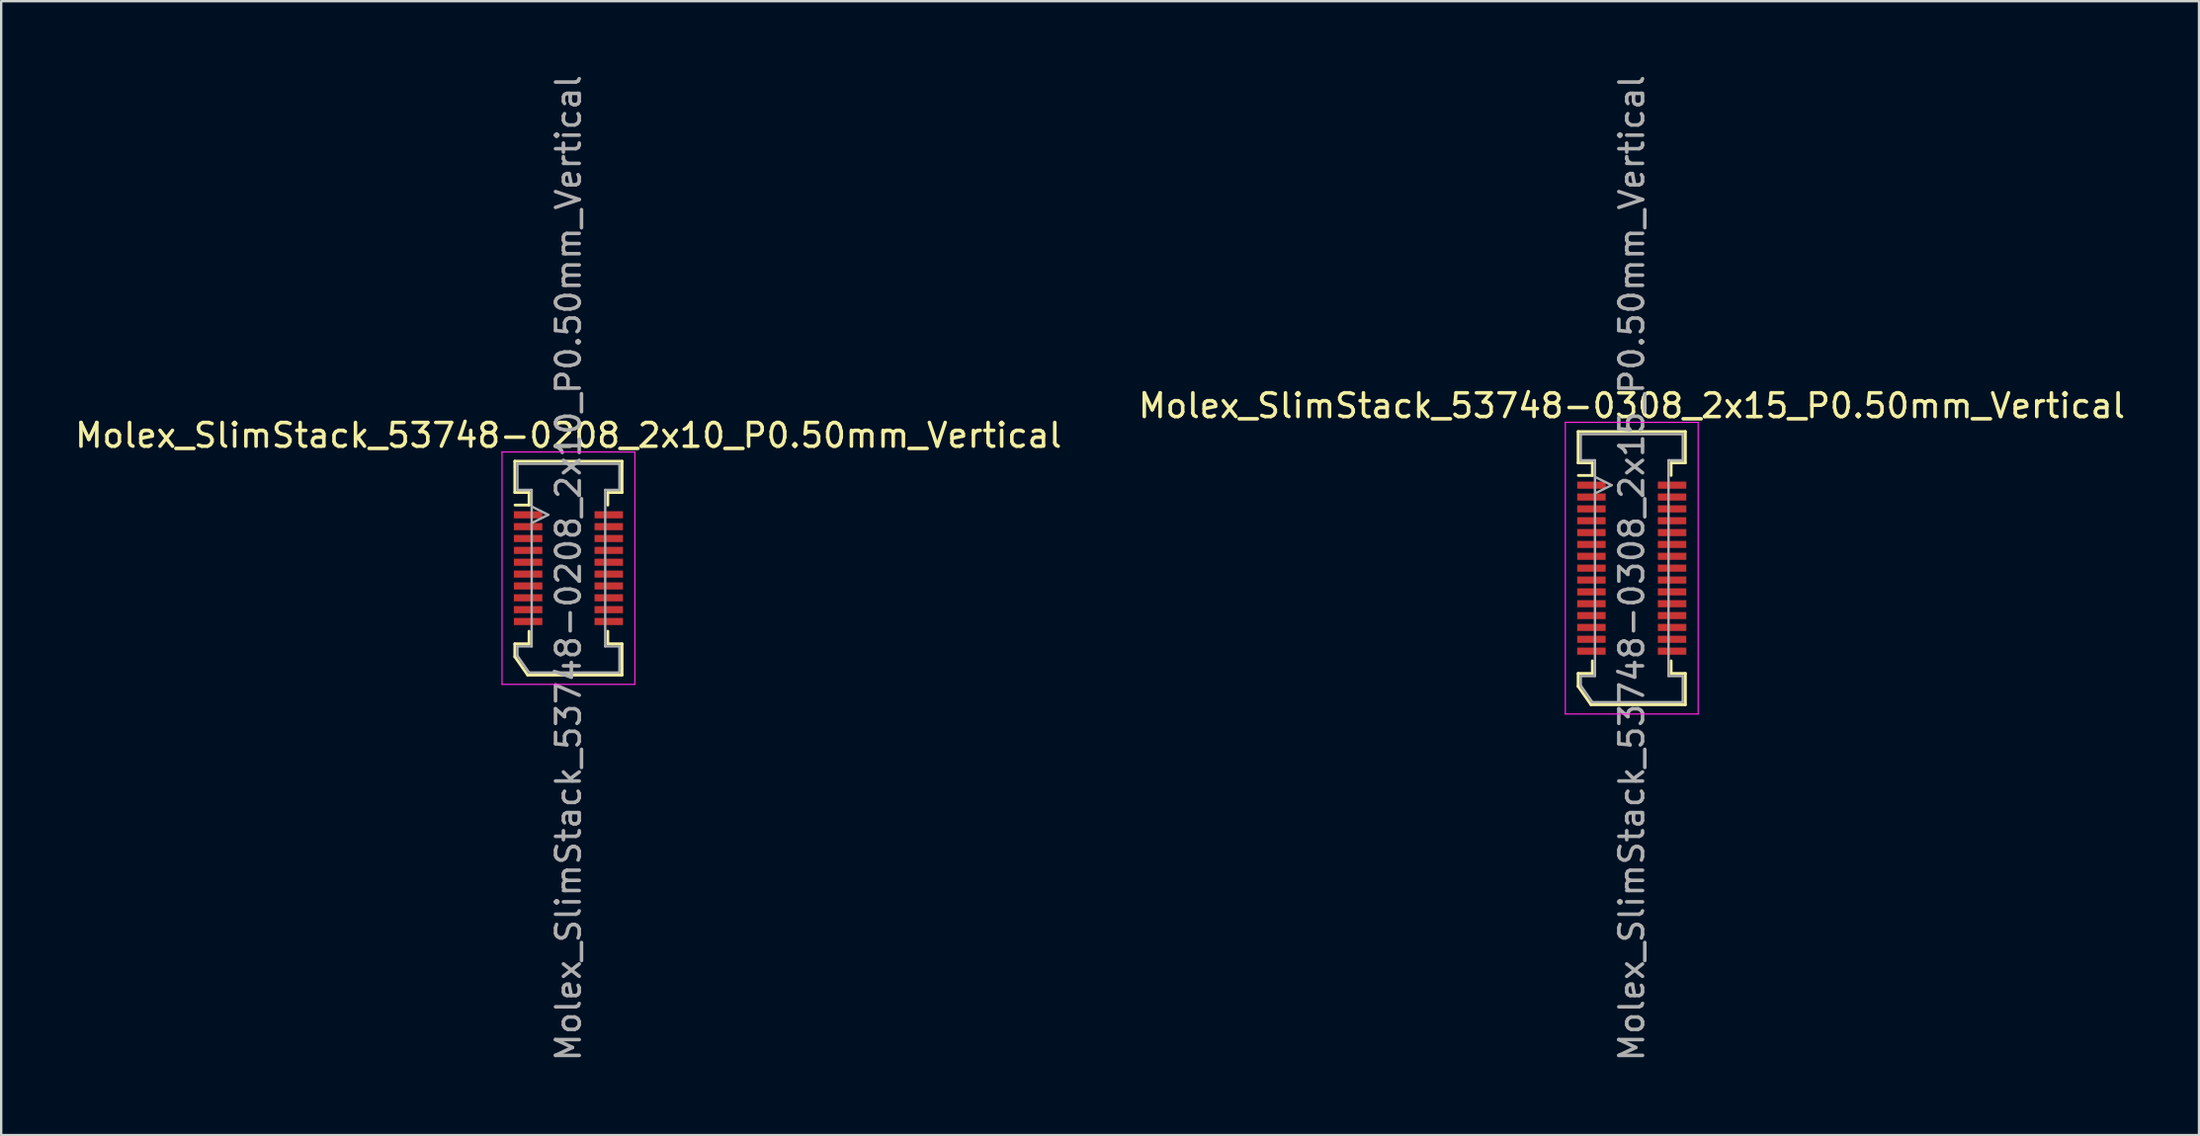
<source format=kicad_pcb>
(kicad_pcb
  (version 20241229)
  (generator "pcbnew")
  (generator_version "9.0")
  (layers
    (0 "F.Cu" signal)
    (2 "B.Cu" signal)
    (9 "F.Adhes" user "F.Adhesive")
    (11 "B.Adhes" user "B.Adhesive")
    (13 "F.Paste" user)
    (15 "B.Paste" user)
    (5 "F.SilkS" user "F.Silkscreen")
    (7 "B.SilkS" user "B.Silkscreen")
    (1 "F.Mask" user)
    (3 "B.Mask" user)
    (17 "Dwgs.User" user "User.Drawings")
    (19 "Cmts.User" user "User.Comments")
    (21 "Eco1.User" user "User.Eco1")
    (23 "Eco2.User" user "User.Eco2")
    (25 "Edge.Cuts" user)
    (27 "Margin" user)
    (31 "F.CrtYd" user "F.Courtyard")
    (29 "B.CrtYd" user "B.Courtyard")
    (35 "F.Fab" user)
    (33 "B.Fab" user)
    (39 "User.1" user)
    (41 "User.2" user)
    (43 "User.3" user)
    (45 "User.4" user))
  (footprint "Molex_SlimStack_53748-0308_2x15_P0.50mm_Vertical"
    (layer "F.Cu")
    (at 65.732 20.911)
    (property "Reference" "Molex_SlimStack_53748-0308_2x15_P0.50mm_Vertical" (at 0 -6.85 0) (layer "F.SilkS") (effects (font (size 1 1) (thickness 0.15))))
    (attr smd)
    (fp_line (start -2.26 -5.76) (end -2.26 -4.44) (stroke (width 0.12) (type solid)) (layer "F.SilkS"))
    (fp_line (start -2.26 -4.44) (end -1.66 -4.44) (stroke (width 0.12) (type solid)) (layer "F.SilkS"))
    (fp_line (start -2.26 4.44) (end -1.66 4.44) (stroke (width 0.12) (type solid)) (layer "F.SilkS"))
    (fp_line (start -2.26 4.985) (end -2.26 4.44) (stroke (width 0.12) (type solid)) (layer "F.SilkS"))
    (fp_line (start -1.717 5.76) (end -2.26 4.985) (stroke (width 0.12) (type solid)) (layer "F.SilkS"))
    (fp_line (start -1.66 -4.44) (end -1.66 -3.91) (stroke (width 0.12) (type solid)) (layer "F.SilkS"))
    (fp_line (start -1.66 -3.91) (end -2.25 -3.91) (stroke (width 0.12) (type solid)) (layer "F.SilkS"))
    (fp_line (start -1.66 4.44) (end -1.66 3.91) (stroke (width 0.12) (type solid)) (layer "F.SilkS"))
    (fp_line (start 1.66 -4.44) (end 2.26 -4.44) (stroke (width 0.12) (type solid)) (layer "F.SilkS"))
    (fp_line (start 1.66 -3.91) (end 1.66 -4.44) (stroke (width 0.12) (type solid)) (layer "F.SilkS"))
    (fp_line (start 1.66 3.91) (end 1.66 4.44) (stroke (width 0.12) (type solid)) (layer "F.SilkS"))
    (fp_line (start 1.66 4.44) (end 2.26 4.44) (stroke (width 0.12) (type solid)) (layer "F.SilkS"))
    (fp_line (start 2.26 -5.76) (end -2.26 -5.76) (stroke (width 0.12) (type solid)) (layer "F.SilkS"))
    (fp_line (start 2.26 -4.44) (end 2.26 -5.76) (stroke (width 0.12) (type solid)) (layer "F.SilkS"))
    (fp_line (start 2.26 4.44) (end 2.26 5.76) (stroke (width 0.12) (type solid)) (layer "F.SilkS"))
    (fp_line (start 2.26 5.76) (end -1.717 5.76) (stroke (width 0.12) (type solid)) (layer "F.SilkS"))
    (fp_line (start -2.8 -6.15) (end -2.8 6.15) (stroke (width 0.05) (type solid)) (layer "F.CrtYd"))
    (fp_line (start -2.8 6.15) (end 2.8 6.15) (stroke (width 0.05) (type solid)) (layer "F.CrtYd"))
    (fp_line (start 2.8 -6.15) (end -2.8 -6.15) (stroke (width 0.05) (type solid)) (layer "F.CrtYd"))
    (fp_line (start 2.8 6.15) (end 2.8 -6.15) (stroke (width 0.05) (type solid)) (layer "F.CrtYd"))
    (fp_line (start -2.15 -5.65) (end -2.15 -4.55) (stroke (width 0.1) (type solid)) (layer "F.Fab"))
    (fp_line (start -2.15 -4.55) (end -1.55 -4.55) (stroke (width 0.1) (type solid)) (layer "F.Fab"))
    (fp_line (start -2.15 4.55) (end -2.15 4.95) (stroke (width 0.1) (type solid)) (layer "F.Fab"))
    (fp_line (start -2.15 4.95) (end -1.66 5.65) (stroke (width 0.1) (type solid)) (layer "F.Fab"))
    (fp_line (start -1.66 5.65) (end 2.15 5.65) (stroke (width 0.1) (type solid)) (layer "F.Fab"))
    (fp_line (start -1.55 -4.55) (end -1.55 4.55) (stroke (width 0.1) (type solid)) (layer "F.Fab"))
    (fp_line (start -1.55 4.55) (end -2.15 4.55) (stroke (width 0.1) (type solid)) (layer "F.Fab"))
    (fp_line (start -0.85 -3.5) (end -1.55 -3.85) (stroke (width 0.1) (type solid)) (layer "F.Fab"))
    (fp_line (start -0.85 -3.5) (end -1.55 -3.15) (stroke (width 0.1) (type solid)) (layer "F.Fab"))
    (fp_line (start 1.55 -4.55) (end 2.15 -4.55) (stroke (width 0.1) (type solid)) (layer "F.Fab"))
    (fp_line (start 1.55 4.55) (end 1.55 -4.55) (stroke (width 0.1) (type solid)) (layer "F.Fab"))
    (fp_line (start 2.15 -5.65) (end -2.15 -5.65) (stroke (width 0.1) (type solid)) (layer "F.Fab"))
    (fp_line (start 2.15 -4.55) (end 2.15 -5.65) (stroke (width 0.1) (type solid)) (layer "F.Fab"))
    (fp_line (start 2.15 4.55) (end 1.55 4.55) (stroke (width 0.1) (type solid)) (layer "F.Fab"))
    (fp_line (start 2.15 5.65) (end 2.15 4.55) (stroke (width 0.1) (type solid)) (layer "F.Fab"))
    (fp_text user "${REFERENCE}" (at 0 0 90) (layer "F.Fab") (effects (font (size 1 1) (thickness 0.15))))
    (pad "1" smd rect (at -1.7 -3.5) (size 1.2 0.3) (layers "F.Cu" "F.Mask" "F.Paste"))
    (pad "2" smd rect (at 1.7 -3.5) (size 1.2 0.3) (layers "F.Cu" "F.Mask" "F.Paste"))
    (pad "3" smd rect (at -1.7 -3) (size 1.2 0.3) (layers "F.Cu" "F.Mask" "F.Paste"))
    (pad "4" smd rect (at 1.7 -3) (size 1.2 0.3) (layers "F.Cu" "F.Mask" "F.Paste"))
    (pad "5" smd rect (at -1.7 -2.5) (size 1.2 0.3) (layers "F.Cu" "F.Mask" "F.Paste"))
    (pad "6" smd rect (at 1.7 -2.5) (size 1.2 0.3) (layers "F.Cu" "F.Mask" "F.Paste"))
    (pad "7" smd rect (at -1.7 -2) (size 1.2 0.3) (layers "F.Cu" "F.Mask" "F.Paste"))
    (pad "8" smd rect (at 1.7 -2) (size 1.2 0.3) (layers "F.Cu" "F.Mask" "F.Paste"))
    (pad "9" smd rect (at -1.7 -1.5) (size 1.2 0.3) (layers "F.Cu" "F.Mask" "F.Paste"))
    (pad "10" smd rect (at 1.7 -1.5) (size 1.2 0.3) (layers "F.Cu" "F.Mask" "F.Paste"))
    (pad "11" smd rect (at -1.7 -1) (size 1.2 0.3) (layers "F.Cu" "F.Mask" "F.Paste"))
    (pad "12" smd rect (at 1.7 -1) (size 1.2 0.3) (layers "F.Cu" "F.Mask" "F.Paste"))
    (pad "13" smd rect (at -1.7 -0.5) (size 1.2 0.3) (layers "F.Cu" "F.Mask" "F.Paste"))
    (pad "14" smd rect (at 1.7 -0.5) (size 1.2 0.3) (layers "F.Cu" "F.Mask" "F.Paste"))
    (pad "15" smd rect (at -1.7 0) (size 1.2 0.3) (layers "F.Cu" "F.Mask" "F.Paste"))
    (pad "16" smd rect (at 1.7 0) (size 1.2 0.3) (layers "F.Cu" "F.Mask" "F.Paste"))
    (pad "17" smd rect (at -1.7 0.5) (size 1.2 0.3) (layers "F.Cu" "F.Mask" "F.Paste"))
    (pad "18" smd rect (at 1.7 0.5) (size 1.2 0.3) (layers "F.Cu" "F.Mask" "F.Paste"))
    (pad "19" smd rect (at -1.7 1) (size 1.2 0.3) (layers "F.Cu" "F.Mask" "F.Paste"))
    (pad "20" smd rect (at 1.7 1) (size 1.2 0.3) (layers "F.Cu" "F.Mask" "F.Paste"))
    (pad "21" smd rect (at -1.7 1.5) (size 1.2 0.3) (layers "F.Cu" "F.Mask" "F.Paste"))
    (pad "22" smd rect (at 1.7 1.5) (size 1.2 0.3) (layers "F.Cu" "F.Mask" "F.Paste"))
    (pad "23" smd rect (at -1.7 2) (size 1.2 0.3) (layers "F.Cu" "F.Mask" "F.Paste"))
    (pad "24" smd rect (at 1.7 2) (size 1.2 0.3) (layers "F.Cu" "F.Mask" "F.Paste"))
    (pad "25" smd rect (at -1.7 2.5) (size 1.2 0.3) (layers "F.Cu" "F.Mask" "F.Paste"))
    (pad "26" smd rect (at 1.7 2.5) (size 1.2 0.3) (layers "F.Cu" "F.Mask" "F.Paste"))
    (pad "27" smd rect (at -1.7 3) (size 1.2 0.3) (layers "F.Cu" "F.Mask" "F.Paste"))
    (pad "28" smd rect (at 1.7 3) (size 1.2 0.3) (layers "F.Cu" "F.Mask" "F.Paste"))
    (pad "29" smd rect (at -1.7 3.5) (size 1.2 0.3) (layers "F.Cu" "F.Mask" "F.Paste"))
    (pad "30" smd rect (at 1.7 3.5) (size 1.2 0.3) (layers "F.Cu" "F.Mask" "F.Paste")))
  (footprint "Molex_SlimStack_53748-0208_2x10_P0.50mm_Vertical"
    (layer "F.Cu")
    (at 20.911 20.911)
    (property "Reference" "Molex_SlimStack_53748-0208_2x10_P0.50mm_Vertical" (at 0 -5.6 0) (layer "F.SilkS") (effects (font (size 1 1) (thickness 0.15))))
    (attr smd)
    (fp_line (start -2.26 -4.51) (end -2.26 -3.19) (stroke (width 0.12) (type solid)) (layer "F.SilkS"))
    (fp_line (start -2.26 -3.19) (end -1.66 -3.19) (stroke (width 0.12) (type solid)) (layer "F.SilkS"))
    (fp_line (start -2.26 3.19) (end -1.66 3.19) (stroke (width 0.12) (type solid)) (layer "F.SilkS"))
    (fp_line (start -2.26 3.735) (end -2.26 3.19) (stroke (width 0.12) (type solid)) (layer "F.SilkS"))
    (fp_line (start -1.717 4.51) (end -2.26 3.735) (stroke (width 0.12) (type solid)) (layer "F.SilkS"))
    (fp_line (start -1.66 -3.19) (end -1.66 -2.66) (stroke (width 0.12) (type solid)) (layer "F.SilkS"))
    (fp_line (start -1.66 -2.66) (end -2.25 -2.66) (stroke (width 0.12) (type solid)) (layer "F.SilkS"))
    (fp_line (start -1.66 3.19) (end -1.66 2.66) (stroke (width 0.12) (type solid)) (layer "F.SilkS"))
    (fp_line (start 1.66 -3.19) (end 2.26 -3.19) (stroke (width 0.12) (type solid)) (layer "F.SilkS"))
    (fp_line (start 1.66 -2.66) (end 1.66 -3.19) (stroke (width 0.12) (type solid)) (layer "F.SilkS"))
    (fp_line (start 1.66 2.66) (end 1.66 3.19) (stroke (width 0.12) (type solid)) (layer "F.SilkS"))
    (fp_line (start 1.66 3.19) (end 2.26 3.19) (stroke (width 0.12) (type solid)) (layer "F.SilkS"))
    (fp_line (start 2.26 -4.51) (end -2.26 -4.51) (stroke (width 0.12) (type solid)) (layer "F.SilkS"))
    (fp_line (start 2.26 -3.19) (end 2.26 -4.51) (stroke (width 0.12) (type solid)) (layer "F.SilkS"))
    (fp_line (start 2.26 3.19) (end 2.26 4.51) (stroke (width 0.12) (type solid)) (layer "F.SilkS"))
    (fp_line (start 2.26 4.51) (end -1.717 4.51) (stroke (width 0.12) (type solid)) (layer "F.SilkS"))
    (fp_line (start -2.8 -4.9) (end -2.8 4.9) (stroke (width 0.05) (type solid)) (layer "F.CrtYd"))
    (fp_line (start -2.8 4.9) (end 2.8 4.9) (stroke (width 0.05) (type solid)) (layer "F.CrtYd"))
    (fp_line (start 2.8 -4.9) (end -2.8 -4.9) (stroke (width 0.05) (type solid)) (layer "F.CrtYd"))
    (fp_line (start 2.8 4.9) (end 2.8 -4.9) (stroke (width 0.05) (type solid)) (layer "F.CrtYd"))
    (fp_line (start -2.15 -4.4) (end -2.15 -3.3) (stroke (width 0.1) (type solid)) (layer "F.Fab"))
    (fp_line (start -2.15 -3.3) (end -1.55 -3.3) (stroke (width 0.1) (type solid)) (layer "F.Fab"))
    (fp_line (start -2.15 3.3) (end -2.15 3.7) (stroke (width 0.1) (type solid)) (layer "F.Fab"))
    (fp_line (start -2.15 3.7) (end -1.66 4.4) (stroke (width 0.1) (type solid)) (layer "F.Fab"))
    (fp_line (start -1.66 4.4) (end 2.15 4.4) (stroke (width 0.1) (type solid)) (layer "F.Fab"))
    (fp_line (start -1.55 -3.3) (end -1.55 3.3) (stroke (width 0.1) (type solid)) (layer "F.Fab"))
    (fp_line (start -1.55 3.3) (end -2.15 3.3) (stroke (width 0.1) (type solid)) (layer "F.Fab"))
    (fp_line (start -0.85 -2.25) (end -1.55 -2.6) (stroke (width 0.1) (type solid)) (layer "F.Fab"))
    (fp_line (start -0.85 -2.25) (end -1.55 -1.9) (stroke (width 0.1) (type solid)) (layer "F.Fab"))
    (fp_line (start 1.55 -3.3) (end 2.15 -3.3) (stroke (width 0.1) (type solid)) (layer "F.Fab"))
    (fp_line (start 1.55 3.3) (end 1.55 -3.3) (stroke (width 0.1) (type solid)) (layer "F.Fab"))
    (fp_line (start 2.15 -4.4) (end -2.15 -4.4) (stroke (width 0.1) (type solid)) (layer "F.Fab"))
    (fp_line (start 2.15 -3.3) (end 2.15 -4.4) (stroke (width 0.1) (type solid)) (layer "F.Fab"))
    (fp_line (start 2.15 3.3) (end 1.55 3.3) (stroke (width 0.1) (type solid)) (layer "F.Fab"))
    (fp_line (start 2.15 4.4) (end 2.15 3.3) (stroke (width 0.1) (type solid)) (layer "F.Fab"))
    (fp_text user "${REFERENCE}" (at 0 0 90) (layer "F.Fab") (effects (font (size 1 1) (thickness 0.15))))
    (pad "1" smd rect (at -1.7 -2.25) (size 1.2 0.3) (layers "F.Cu" "F.Mask" "F.Paste"))
    (pad "2" smd rect (at 1.7 -2.25) (size 1.2 0.3) (layers "F.Cu" "F.Mask" "F.Paste"))
    (pad "3" smd rect (at -1.7 -1.75) (size 1.2 0.3) (layers "F.Cu" "F.Mask" "F.Paste"))
    (pad "4" smd rect (at 1.7 -1.75) (size 1.2 0.3) (layers "F.Cu" "F.Mask" "F.Paste"))
    (pad "5" smd rect (at -1.7 -1.25) (size 1.2 0.3) (layers "F.Cu" "F.Mask" "F.Paste"))
    (pad "6" smd rect (at 1.7 -1.25) (size 1.2 0.3) (layers "F.Cu" "F.Mask" "F.Paste"))
    (pad "7" smd rect (at -1.7 -0.75) (size 1.2 0.3) (layers "F.Cu" "F.Mask" "F.Paste"))
    (pad "8" smd rect (at 1.7 -0.75) (size 1.2 0.3) (layers "F.Cu" "F.Mask" "F.Paste"))
    (pad "9" smd rect (at -1.7 -0.25) (size 1.2 0.3) (layers "F.Cu" "F.Mask" "F.Paste"))
    (pad "10" smd rect (at 1.7 -0.25) (size 1.2 0.3) (layers "F.Cu" "F.Mask" "F.Paste"))
    (pad "11" smd rect (at -1.7 0.25) (size 1.2 0.3) (layers "F.Cu" "F.Mask" "F.Paste"))
    (pad "12" smd rect (at 1.7 0.25) (size 1.2 0.3) (layers "F.Cu" "F.Mask" "F.Paste"))
    (pad "13" smd rect (at -1.7 0.75) (size 1.2 0.3) (layers "F.Cu" "F.Mask" "F.Paste"))
    (pad "14" smd rect (at 1.7 0.75) (size 1.2 0.3) (layers "F.Cu" "F.Mask" "F.Paste"))
    (pad "15" smd rect (at -1.7 1.25) (size 1.2 0.3) (layers "F.Cu" "F.Mask" "F.Paste"))
    (pad "16" smd rect (at 1.7 1.25) (size 1.2 0.3) (layers "F.Cu" "F.Mask" "F.Paste"))
    (pad "17" smd rect (at -1.7 1.75) (size 1.2 0.3) (layers "F.Cu" "F.Mask" "F.Paste"))
    (pad "18" smd rect (at 1.7 1.75) (size 1.2 0.3) (layers "F.Cu" "F.Mask" "F.Paste"))
    (pad "19" smd rect (at -1.7 2.25) (size 1.2 0.3) (layers "F.Cu" "F.Mask" "F.Paste"))
    (pad "20" smd rect (at 1.7 2.25) (size 1.2 0.3) (layers "F.Cu" "F.Mask" "F.Paste")))
  (gr_rect
    (start -3 -3)
    (end 89.643 44.821)
    (stroke (width 0.1) (type default))
    (fill no)
    (layer "Edge.Cuts")))
</source>
